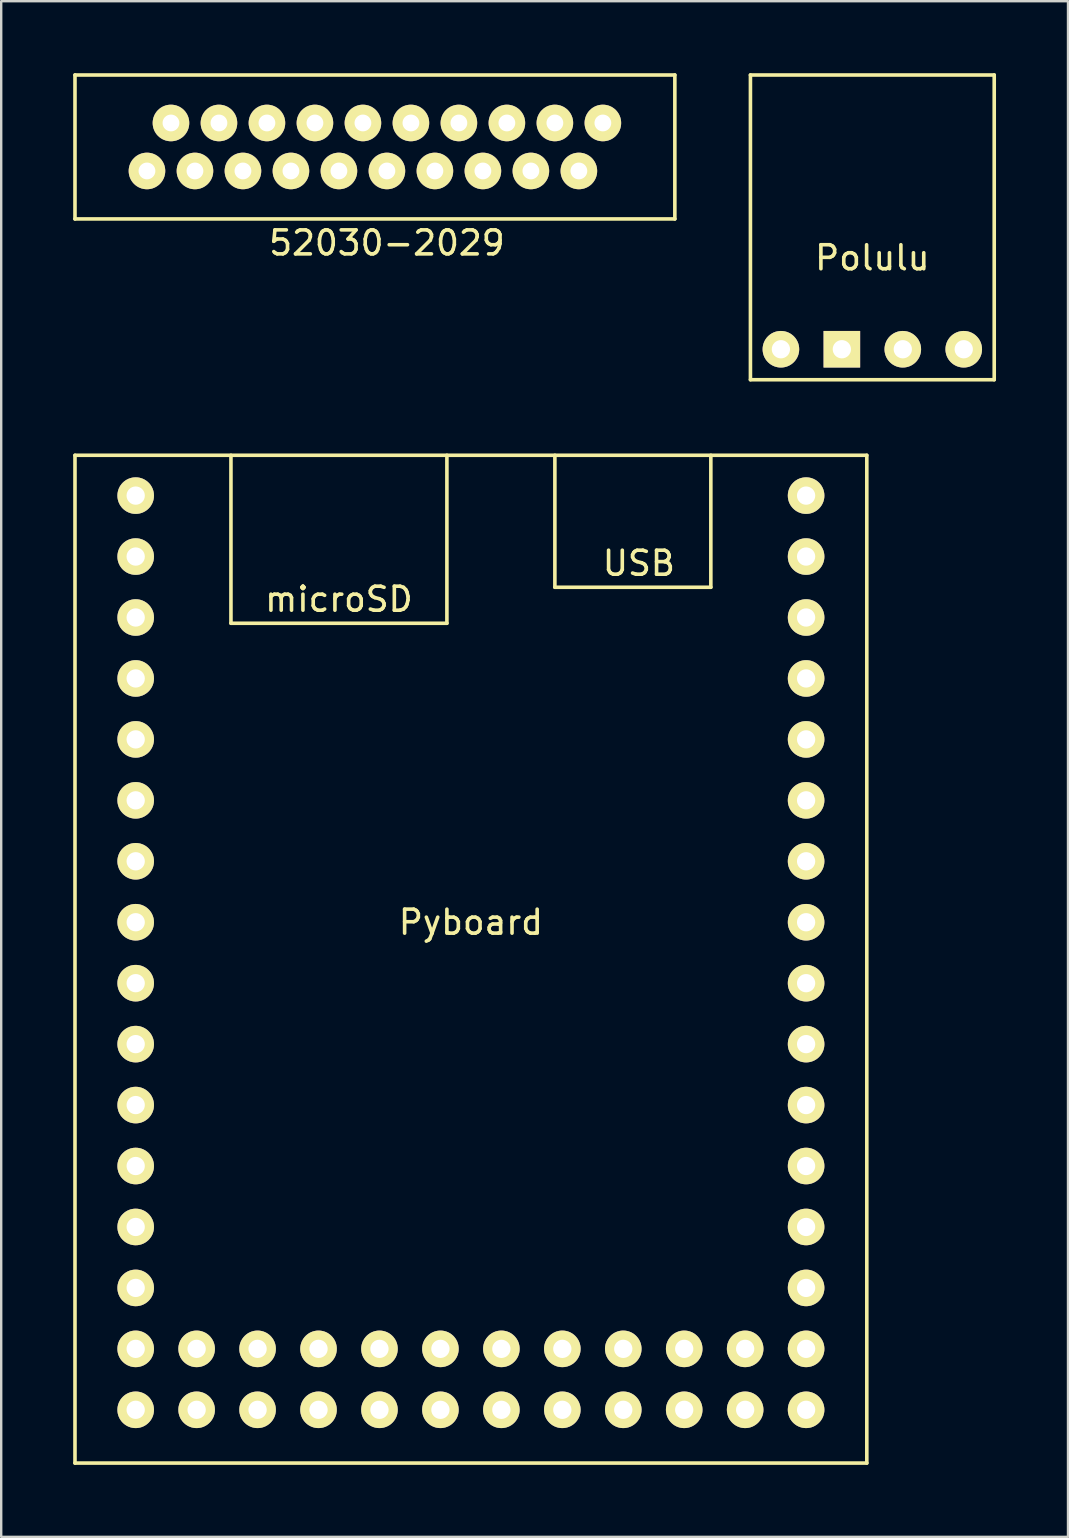
<source format=kicad_pcb>
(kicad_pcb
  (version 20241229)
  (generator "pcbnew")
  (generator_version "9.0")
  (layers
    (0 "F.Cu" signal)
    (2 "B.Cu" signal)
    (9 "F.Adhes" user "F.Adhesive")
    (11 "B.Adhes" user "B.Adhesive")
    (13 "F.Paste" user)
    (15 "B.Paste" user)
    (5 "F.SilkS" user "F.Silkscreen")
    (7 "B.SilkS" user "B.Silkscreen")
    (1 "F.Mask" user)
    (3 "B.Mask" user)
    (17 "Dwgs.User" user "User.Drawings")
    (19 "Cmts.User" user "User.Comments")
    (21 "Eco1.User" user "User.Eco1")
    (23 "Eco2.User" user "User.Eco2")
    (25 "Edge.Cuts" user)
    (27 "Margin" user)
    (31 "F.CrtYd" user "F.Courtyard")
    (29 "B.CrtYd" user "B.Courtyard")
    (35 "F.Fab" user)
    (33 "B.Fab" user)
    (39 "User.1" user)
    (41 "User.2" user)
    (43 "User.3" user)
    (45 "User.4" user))
  (footprint "Pyboard"
    (layer "F.Cu")
    (at 16.575 37.925)
    (property "Reference" "Pyboard" (at 0 -2.54 0) (layer "F.SilkS") (effects (font (size 1 1) (thickness 0.15))))
    (attr through_hole)
    (fp_line (start -16.5 -22) (end 16.5 -22) (stroke (width 0.15) (type solid)) (layer "F.SilkS"))
    (fp_line (start -16.5 20) (end -16.5 -22) (stroke (width 0.15) (type solid)) (layer "F.SilkS"))
    (fp_line (start -10 -22) (end -10 -15) (stroke (width 0.15) (type solid)) (layer "F.SilkS"))
    (fp_line (start -10 -15) (end -1 -15) (stroke (width 0.15) (type solid)) (layer "F.SilkS"))
    (fp_line (start -1 -15) (end -1 -22) (stroke (width 0.15) (type solid)) (layer "F.SilkS"))
    (fp_line (start 3.5 -22) (end 3.5 -16.5) (stroke (width 0.15) (type solid)) (layer "F.SilkS"))
    (fp_line (start 3.5 -16.5) (end 10 -16.5) (stroke (width 0.15) (type solid)) (layer "F.SilkS"))
    (fp_line (start 10 -16.5) (end 10 -22) (stroke (width 0.15) (type solid)) (layer "F.SilkS"))
    (fp_line (start 16.5 -22) (end 16.5 20) (stroke (width 0.15) (type solid)) (layer "F.SilkS"))
    (fp_line (start 16.5 20) (end -16.5 20) (stroke (width 0.15) (type solid)) (layer "F.SilkS"))
    (fp_text user "microSD" (at -5.5 -16 0) (layer "F.SilkS") (effects (font (size 1 1) (thickness 0.15))))
    (fp_text user "USB" (at 7 -17.5 0) (layer "F.SilkS") (effects (font (size 1 1) (thickness 0.15))))
    (pad "1" thru_hole circle (at 13.97 -20.32 90) (size 1.524 1.524) (drill 0.762) (layers "*.Cu" "*.Mask" "F.SilkS"))
    (pad "2" thru_hole circle (at 13.97 -17.78 90) (size 1.524 1.524) (drill 0.762) (layers "*.Cu" "*.Mask" "F.SilkS"))
    (pad "3" thru_hole circle (at 13.97 -15.24 90) (size 1.524 1.524) (drill 0.762) (layers "*.Cu" "*.Mask" "F.SilkS"))
    (pad "4" thru_hole circle (at 13.97 -12.7 90) (size 1.524 1.524) (drill 0.762) (layers "*.Cu" "*.Mask" "F.SilkS"))
    (pad "5" thru_hole circle (at 13.97 -10.16 90) (size 1.524 1.524) (drill 0.762) (layers "*.Cu" "*.Mask" "F.SilkS"))
    (pad "6" thru_hole circle (at 13.97 -7.62 90) (size 1.524 1.524) (drill 0.762) (layers "*.Cu" "*.Mask" "F.SilkS"))
    (pad "7" thru_hole circle (at 13.97 -5.08 90) (size 1.524 1.524) (drill 0.762) (layers "*.Cu" "*.Mask" "F.SilkS"))
    (pad "8" thru_hole circle (at 13.97 -2.54 90) (size 1.524 1.524) (drill 0.762) (layers "*.Cu" "*.Mask" "F.SilkS"))
    (pad "9" thru_hole circle (at 13.97 0 90) (size 1.524 1.524) (drill 0.762) (layers "*.Cu" "*.Mask" "F.SilkS"))
    (pad "10" thru_hole circle (at 13.97 2.54 90) (size 1.524 1.524) (drill 0.762) (layers "*.Cu" "*.Mask" "F.SilkS"))
    (pad "11" thru_hole circle (at 13.97 5.08 90) (size 1.524 1.524) (drill 0.762) (layers "*.Cu" "*.Mask" "F.SilkS"))
    (pad "12" thru_hole circle (at 13.97 7.62 90) (size 1.524 1.524) (drill 0.762) (layers "*.Cu" "*.Mask" "F.SilkS"))
    (pad "13" thru_hole circle (at 13.97 10.16 90) (size 1.524 1.524) (drill 0.762) (layers "*.Cu" "*.Mask" "F.SilkS"))
    (pad "14" thru_hole circle (at 13.97 12.7 90) (size 1.524 1.524) (drill 0.762) (layers "*.Cu" "*.Mask" "F.SilkS"))
    (pad "15" thru_hole circle (at 13.97 15.24 90) (size 1.524 1.524) (drill 0.762) (layers "*.Cu" "*.Mask" "F.SilkS"))
    (pad "16" thru_hole circle (at 13.97 17.78 90) (size 1.524 1.524) (drill 0.762) (layers "*.Cu" "*.Mask" "F.SilkS"))
    (pad "17" thru_hole circle (at 11.43 17.78 90) (size 1.524 1.524) (drill 0.762) (layers "*.Cu" "*.Mask" "F.SilkS"))
    (pad "18" thru_hole circle (at 8.89 17.78 90) (size 1.524 1.524) (drill 0.762) (layers "*.Cu" "*.Mask" "F.SilkS"))
    (pad "19" thru_hole circle (at 6.35 17.78 90) (size 1.524 1.524) (drill 0.762) (layers "*.Cu" "*.Mask" "F.SilkS"))
    (pad "20" thru_hole circle (at 3.81 17.78 90) (size 1.524 1.524) (drill 0.762) (layers "*.Cu" "*.Mask" "F.SilkS"))
    (pad "21" thru_hole circle (at 1.27 17.78 90) (size 1.524 1.524) (drill 0.762) (layers "*.Cu" "*.Mask" "F.SilkS"))
    (pad "22" thru_hole circle (at -1.27 17.78 90) (size 1.524 1.524) (drill 0.762) (layers "*.Cu" "*.Mask" "F.SilkS"))
    (pad "23" thru_hole circle (at -3.81 17.78 90) (size 1.524 1.524) (drill 0.762) (layers "*.Cu" "*.Mask" "F.SilkS"))
    (pad "24" thru_hole circle (at -6.35 17.78 90) (size 1.524 1.524) (drill 0.762) (layers "*.Cu" "*.Mask" "F.SilkS"))
    (pad "25" thru_hole circle (at -8.89 17.78 90) (size 1.524 1.524) (drill 0.762) (layers "*.Cu" "*.Mask" "F.SilkS"))
    (pad "26" thru_hole circle (at -11.43 17.78 90) (size 1.524 1.524) (drill 0.762) (layers "*.Cu" "*.Mask" "F.SilkS"))
    (pad "27" thru_hole circle (at -13.97 17.78 90) (size 1.524 1.524) (drill 0.762) (layers "*.Cu" "*.Mask" "F.SilkS"))
    (pad "28" thru_hole circle (at -13.97 15.24 90) (size 1.524 1.524) (drill 0.762) (layers "*.Cu" "*.Mask" "F.SilkS"))
    (pad "29" thru_hole circle (at -13.97 12.7 90) (size 1.524 1.524) (drill 0.762) (layers "*.Cu" "*.Mask" "F.SilkS"))
    (pad "30" thru_hole circle (at -13.97 10.16 90) (size 1.524 1.524) (drill 0.762) (layers "*.Cu" "*.Mask" "F.SilkS"))
    (pad "31" thru_hole circle (at -13.97 7.62 90) (size 1.524 1.524) (drill 0.762) (layers "*.Cu" "*.Mask" "F.SilkS"))
    (pad "32" thru_hole circle (at -13.97 5.08 90) (size 1.524 1.524) (drill 0.762) (layers "*.Cu" "*.Mask" "F.SilkS"))
    (pad "33" thru_hole circle (at -13.97 2.54 90) (size 1.524 1.524) (drill 0.762) (layers "*.Cu" "*.Mask" "F.SilkS"))
    (pad "34" thru_hole circle (at -13.97 0 90) (size 1.524 1.524) (drill 0.762) (layers "*.Cu" "*.Mask" "F.SilkS"))
    (pad "35" thru_hole circle (at -13.97 -2.54 90) (size 1.524 1.524) (drill 0.762) (layers "*.Cu" "*.Mask" "F.SilkS"))
    (pad "36" thru_hole circle (at -13.97 -5.08 90) (size 1.524 1.524) (drill 0.762) (layers "*.Cu" "*.Mask" "F.SilkS"))
    (pad "37" thru_hole circle (at -13.97 -7.62 90) (size 1.524 1.524) (drill 0.762) (layers "*.Cu" "*.Mask" "F.SilkS"))
    (pad "38" thru_hole circle (at -13.97 -10.16 90) (size 1.524 1.524) (drill 0.762) (layers "*.Cu" "*.Mask" "F.SilkS"))
    (pad "39" thru_hole circle (at -13.97 -12.7 90) (size 1.524 1.524) (drill 0.762) (layers "*.Cu" "*.Mask" "F.SilkS"))
    (pad "40" thru_hole circle (at -13.97 -15.24 90) (size 1.524 1.524) (drill 0.762) (layers "*.Cu" "*.Mask" "F.SilkS"))
    (pad "41" thru_hole circle (at -13.97 -17.78 90) (size 1.524 1.524) (drill 0.762) (layers "*.Cu" "*.Mask" "F.SilkS"))
    (pad "42" thru_hole circle (at -13.97 -20.32 90) (size 1.524 1.524) (drill 0.762) (layers "*.Cu" "*.Mask" "F.SilkS"))
    (pad "43" thru_hole circle (at -11.43 15.24 90) (size 1.524 1.524) (drill 0.762) (layers "*.Cu" "*.Mask" "F.SilkS"))
    (pad "44" thru_hole circle (at -8.89 15.24 90) (size 1.524 1.524) (drill 0.762) (layers "*.Cu" "*.Mask" "F.SilkS"))
    (pad "45" thru_hole circle (at -6.35 15.24 90) (size 1.524 1.524) (drill 0.762) (layers "*.Cu" "*.Mask" "F.SilkS"))
    (pad "46" thru_hole circle (at -3.81 15.24 90) (size 1.524 1.524) (drill 0.762) (layers "*.Cu" "*.Mask" "F.SilkS"))
    (pad "47" thru_hole circle (at -1.27 15.24 90) (size 1.524 1.524) (drill 0.762) (layers "*.Cu" "*.Mask" "F.SilkS"))
    (pad "48" thru_hole circle (at 1.27 15.24 90) (size 1.524 1.524) (drill 0.762) (layers "*.Cu" "*.Mask" "F.SilkS"))
    (pad "49" thru_hole circle (at 3.81 15.24 90) (size 1.524 1.524) (drill 0.762) (layers "*.Cu" "*.Mask" "F.SilkS"))
    (pad "50" thru_hole circle (at 6.35 15.24 90) (size 1.524 1.524) (drill 0.762) (layers "*.Cu" "*.Mask" "F.SilkS"))
    (pad "51" thru_hole circle (at 8.89 15.24 90) (size 1.524 1.524) (drill 0.762) (layers "*.Cu" "*.Mask" "F.SilkS"))
    (pad "52" thru_hole circle (at 11.43 15.24 90) (size 1.524 1.524) (drill 0.762) (layers "*.Cu" "*.Mask" "F.SilkS")))
  (footprint "52030-2029"
    (layer "F.Cu")
    (at 12.575 4.075)
    (property "Reference" "52030-2029" (at 0.5 3 0) (layer "F.SilkS") (effects (font (size 1 1) (thickness 0.15))))
    (attr through_hole)
    (fp_line (start -12.5 -4) (end -12.5 2) (stroke (width 0.15) (type solid)) (layer "F.SilkS"))
    (fp_line (start -12.5 2) (end 12.5 2) (stroke (width 0.15) (type solid)) (layer "F.SilkS"))
    (fp_line (start 12.5 -4) (end -12.5 -4) (stroke (width 0.15) (type solid)) (layer "F.SilkS"))
    (fp_line (start 12.5 2) (end 12.5 -4) (stroke (width 0.15) (type solid)) (layer "F.SilkS"))
    (pad "1" thru_hole circle (at -9.5 0) (size 1.524 1.524) (drill 0.7) (layers "*.Cu" "*.Mask" "F.SilkS"))
    (pad "2" thru_hole circle (at -8.5 -2) (size 1.524 1.524) (drill 0.7) (layers "*.Cu" "*.Mask" "F.SilkS"))
    (pad "3" thru_hole circle (at -7.5 0) (size 1.524 1.524) (drill 0.7) (layers "*.Cu" "*.Mask" "F.SilkS"))
    (pad "4" thru_hole circle (at -6.5 -2) (size 1.524 1.524) (drill 0.7) (layers "*.Cu" "*.Mask" "F.SilkS"))
    (pad "5" thru_hole circle (at -5.5 0) (size 1.524 1.524) (drill 0.7) (layers "*.Cu" "*.Mask" "F.SilkS"))
    (pad "6" thru_hole circle (at -4.5 -2) (size 1.524 1.524) (drill 0.7) (layers "*.Cu" "*.Mask" "F.SilkS"))
    (pad "7" thru_hole circle (at -3.5 0) (size 1.524 1.524) (drill 0.7) (layers "*.Cu" "*.Mask" "F.SilkS"))
    (pad "8" thru_hole circle (at -2.5 -2) (size 1.524 1.524) (drill 0.7) (layers "*.Cu" "*.Mask" "F.SilkS"))
    (pad "9" thru_hole circle (at -1.5 0) (size 1.524 1.524) (drill 0.7) (layers "*.Cu" "*.Mask" "F.SilkS"))
    (pad "10" thru_hole circle (at -0.5 -2) (size 1.524 1.524) (drill 0.7) (layers "*.Cu" "*.Mask" "F.SilkS"))
    (pad "11" thru_hole circle (at 0.5 0) (size 1.524 1.524) (drill 0.7) (layers "*.Cu" "*.Mask" "F.SilkS"))
    (pad "12" thru_hole circle (at 1.5 -2) (size 1.524 1.524) (drill 0.7) (layers "*.Cu" "*.Mask" "F.SilkS"))
    (pad "13" thru_hole circle (at 2.5 0) (size 1.524 1.524) (drill 0.7) (layers "*.Cu" "*.Mask" "F.SilkS"))
    (pad "14" thru_hole circle (at 3.5 -2) (size 1.524 1.524) (drill 0.7) (layers "*.Cu" "*.Mask" "F.SilkS"))
    (pad "15" thru_hole circle (at 4.5 0) (size 1.524 1.524) (drill 0.7) (layers "*.Cu" "*.Mask" "F.SilkS"))
    (pad "16" thru_hole circle (at 5.5 -2) (size 1.524 1.524) (drill 0.7) (layers "*.Cu" "*.Mask" "F.SilkS"))
    (pad "17" thru_hole circle (at 6.5 0) (size 1.524 1.524) (drill 0.7) (layers "*.Cu" "*.Mask" "F.SilkS"))
    (pad "18" thru_hole circle (at 7.5 -2) (size 1.524 1.524) (drill 0.7) (layers "*.Cu" "*.Mask" "F.SilkS"))
    (pad "19" thru_hole circle (at 8.5 0) (size 1.524 1.524) (drill 0.7) (layers "*.Cu" "*.Mask" "F.SilkS"))
    (pad "20" thru_hole circle (at 9.5 -2) (size 1.524 1.524) (drill 0.7) (layers "*.Cu" "*.Mask" "F.SilkS")))
  (footprint "Polulu"
    (layer "F.Cu")
    (at 33.305 6.425)
    (property "Reference" "Polulu" (at 0 1.27 0) (layer "F.SilkS") (effects (font (size 1 1) (thickness 0.15))))
    (attr through_hole)
    (fp_line (start -5.08 -6.35) (end -5.08 6.35) (stroke (width 0.15) (type solid)) (layer "F.SilkS"))
    (fp_line (start -5.08 6.35) (end 5.08 6.35) (stroke (width 0.15) (type solid)) (layer "F.SilkS"))
    (fp_line (start 5.08 -6.35) (end -5.08 -6.35) (stroke (width 0.15) (type solid)) (layer "F.SilkS"))
    (fp_line (start 5.08 6.35) (end 5.08 -6.35) (stroke (width 0.15) (type solid)) (layer "F.SilkS"))
    (pad "1" thru_hole circle (at -3.81 5.08 90) (size 1.524 1.524) (drill 0.762) (layers "*.Cu" "*.Mask" "F.SilkS"))
    (pad "2" thru_hole rect (at -1.27 5.08 90) (size 1.524 1.524) (drill 0.762) (layers "*.Cu" "*.Mask" "F.SilkS"))
    (pad "3" thru_hole circle (at 1.27 5.08 90) (size 1.524 1.524) (drill 0.762) (layers "*.Cu" "*.Mask" "F.SilkS"))
    (pad "4" thru_hole circle (at 3.81 5.08 90) (size 1.524 1.524) (drill 0.762) (layers "*.Cu" "*.Mask" "F.SilkS")))
  (gr_rect
    (start -3 -3)
    (end 41.46 61)
    (stroke (width 0.1) (type default))
    (fill no)
    (layer "Edge.Cuts")))
</source>
